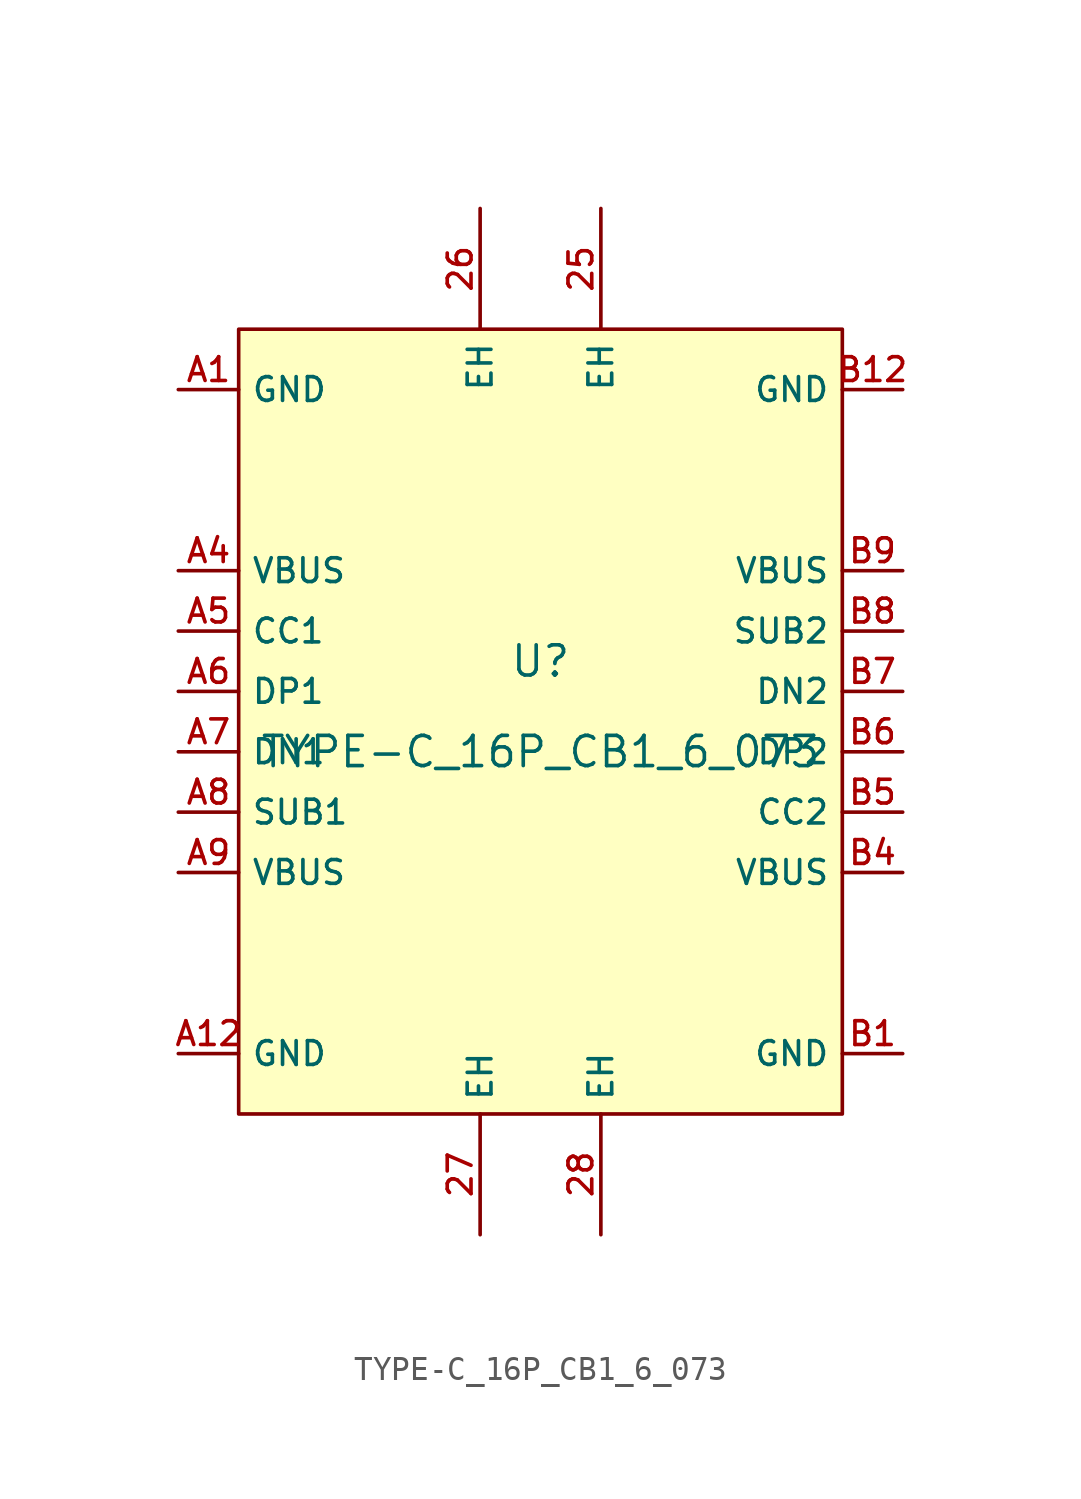
<source format=kicad_sym>
(kicad_symbol_lib
  (version 20210201)
  (generator TousstNicolas/JLC2KiCad_lib)
  (symbol "TYPE-C_16P_CB1_6_073"
    (property "Reference" "U"
      (at 0 1.27 0)
      (effects (font (size 1.27 1.27))))
    (property "Value" "TYPE-C_16P_CB1_6_073"
      (at 0 -2.54 0)
      (effects (font (size 1.27 1.27))))
    (symbol "TYPE-C_16P_CB1_6_073_0_1"
      (pin unspecified line (at -15.24 -15.24 0) (length 2.54) (name "GND" (effects (font (size 1 1)))) (number "A12" (effects (font (size 1 1)))))
      (pin unspecified line (at -15.24 -7.62 0) (length 2.54) (name "VBUS" (effects (font (size 1 1)))) (number "A9" (effects (font (size 1 1)))))
      (pin unspecified line (at -15.24 -5.08 0) (length 2.54) (name "SUB1" (effects (font (size 1 1)))) (number "A8" (effects (font (size 1 1)))))
      (pin unspecified line (at -15.24 -2.54 0) (length 2.54) (name "DN1" (effects (font (size 1 1)))) (number "A7" (effects (font (size 1 1)))))
      (pin unspecified line (at -15.24 -0.0 0) (length 2.54) (name "DP1" (effects (font (size 1 1)))) (number "A6" (effects (font (size 1 1)))))
      (pin unspecified line (at -15.24 2.54 0) (length 2.54) (name "CC1" (effects (font (size 1 1)))) (number "A5" (effects (font (size 1 1)))))
      (pin unspecified line (at -15.24 5.08 0) (length 2.54) (name "VBUS" (effects (font (size 1 1)))) (number "A4" (effects (font (size 1 1)))))
      (pin unspecified line (at -15.24 12.7 0) (length 2.54) (name "GND" (effects (font (size 1 1)))) (number "A1" (effects (font (size 1 1)))))
      (pin unspecified line (at 15.24 12.7 180) (length 2.54) (name "GND" (effects (font (size 1 1)))) (number "B12" (effects (font (size 1 1)))))
      (pin unspecified line (at 15.24 5.08 180) (length 2.54) (name "VBUS" (effects (font (size 1 1)))) (number "B9" (effects (font (size 1 1)))))
      (pin unspecified line (at 15.24 2.54 180) (length 2.54) (name "SUB2" (effects (font (size 1 1)))) (number "B8" (effects (font (size 1 1)))))
      (pin unspecified line (at 15.24 -0.0 180) (length 2.54) (name "DN2" (effects (font (size 1 1)))) (number "B7" (effects (font (size 1 1)))))
      (pin unspecified line (at 15.24 -2.54 180) (length 2.54) (name "DP2" (effects (font (size 1 1)))) (number "B6" (effects (font (size 1 1)))))
      (pin unspecified line (at 15.24 -5.08 180) (length 2.54) (name "CC2" (effects (font (size 1 1)))) (number "B5" (effects (font (size 1 1)))))
      (pin unspecified line (at 15.24 -7.62 180) (length 2.54) (name "VBUS" (effects (font (size 1 1)))) (number "B4" (effects (font (size 1 1)))))
      (pin unspecified line (at 15.24 -15.24 180) (length 2.54) (name "GND" (effects (font (size 1 1)))) (number "B1" (effects (font (size 1 1)))))
      (rectangle (start -12.7 15.24) (end 12.7 -17.78) (stroke (width 0) (type default) (color 0 0 0 0)) (fill (type background)))
      (pin unspecified line (at 2.54 20.32 270) (length 5.08) (name "EH" (effects (font (size 1 1)))) (number "25" (effects (font (size 1 1)))))
      (pin unspecified line (at -2.54 20.32 270) (length 5.08) (name "EH" (effects (font (size 1 1)))) (number "26" (effects (font (size 1 1)))))
      (pin unspecified line (at -2.54 -22.86 90) (length 5.08) (name "EH" (effects (font (size 1 1)))) (number "27" (effects (font (size 1 1)))))
      (pin unspecified line (at 2.54 -22.86 90) (length 5.08) (name "EH" (effects (font (size 1 1)))) (number "28" (effects (font (size 1 1))))))))
</source>
